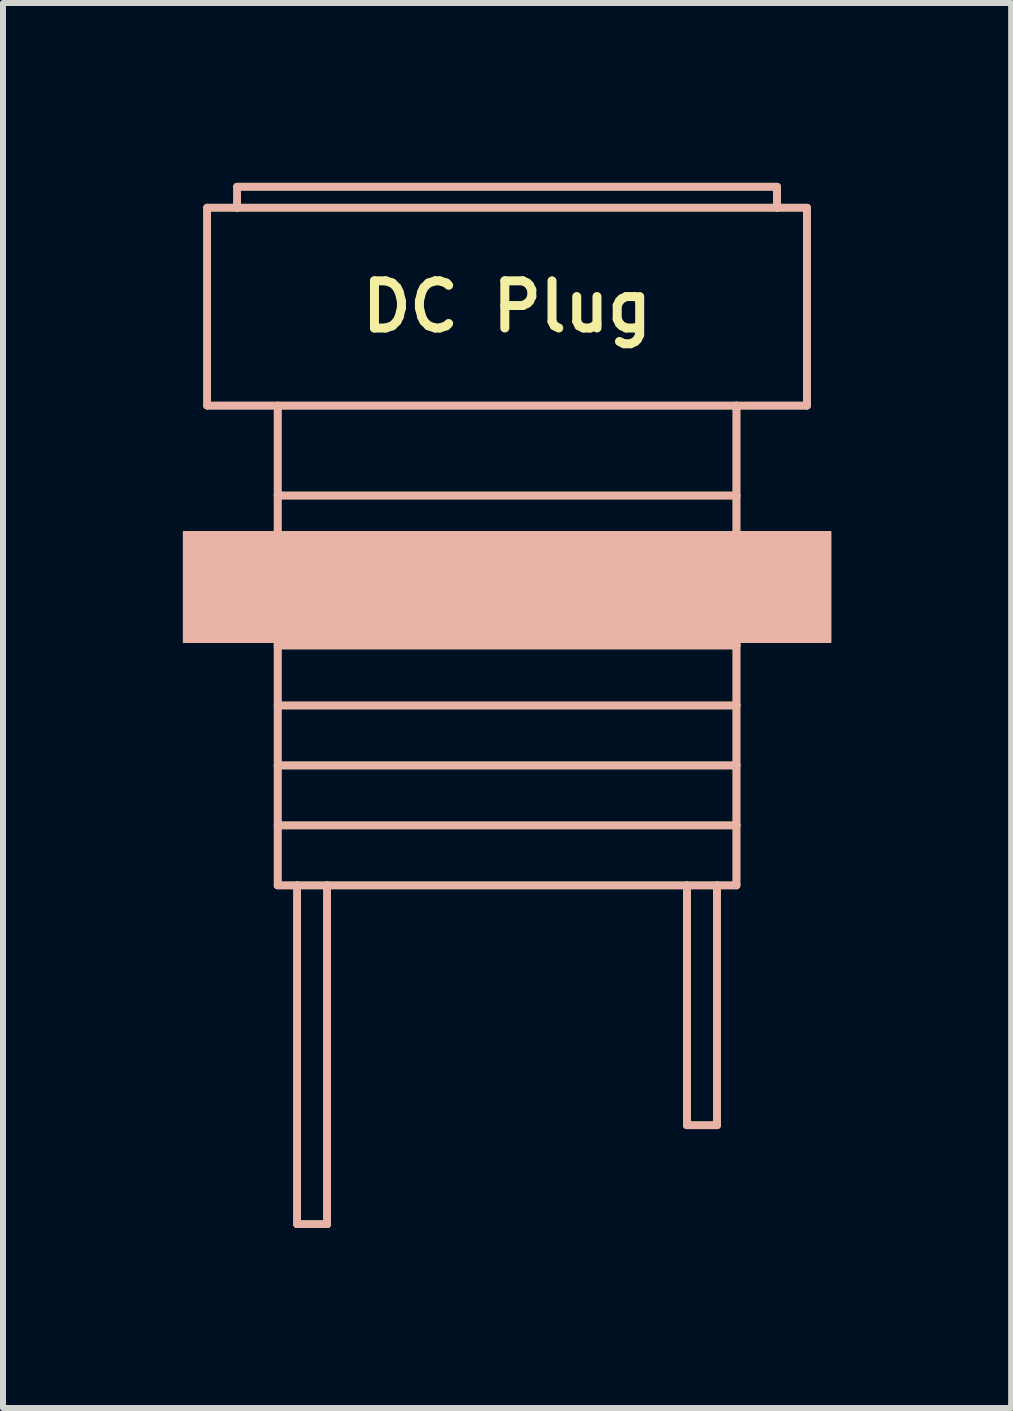
<source format=kicad_pcb>
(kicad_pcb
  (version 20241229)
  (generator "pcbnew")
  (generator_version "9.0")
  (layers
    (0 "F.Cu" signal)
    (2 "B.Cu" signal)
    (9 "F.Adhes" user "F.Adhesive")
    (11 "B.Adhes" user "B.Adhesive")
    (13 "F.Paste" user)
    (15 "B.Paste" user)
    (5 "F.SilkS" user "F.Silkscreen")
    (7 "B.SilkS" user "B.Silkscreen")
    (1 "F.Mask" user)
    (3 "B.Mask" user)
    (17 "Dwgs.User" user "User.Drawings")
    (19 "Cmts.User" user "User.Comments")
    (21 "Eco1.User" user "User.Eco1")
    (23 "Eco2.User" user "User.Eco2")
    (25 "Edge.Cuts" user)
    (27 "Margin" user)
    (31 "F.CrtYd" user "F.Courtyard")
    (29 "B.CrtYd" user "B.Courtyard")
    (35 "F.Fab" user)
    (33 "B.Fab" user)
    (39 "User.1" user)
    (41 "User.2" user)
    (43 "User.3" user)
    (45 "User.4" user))
  (footprint "DC Plug"
    (layer "F.Cu")
    (at 5.405 2.063)
    (property "Reference" "DC Plug" (at 0 0 0) (layer "F.SilkS") (effects (font (size 0.787 0.787) (thickness 0.15))))
    (attr smd)
    (fp_line (start -5 -1.65) (end -4.5 -1.65) (stroke (width 0.127) (type solid)) (layer "F.SilkS"))
    (fp_line (start -5 1.65) (end -5 -1.65) (stroke (width 0.127) (type solid)) (layer "F.SilkS"))
    (fp_line (start -5 1.65) (end -3.825 1.65) (stroke (width 0.127) (type solid)) (layer "F.SilkS"))
    (fp_line (start -4.5 -2) (end -4.5 -1.65) (stroke (width 0.127) (type solid)) (layer "F.SilkS"))
    (fp_line (start -4.5 -1.65) (end 4.5 -1.65) (stroke (width 0.127) (type solid)) (layer "F.SilkS"))
    (fp_line (start -3.825 1.65) (end 3.825 1.65) (stroke (width 0.127) (type solid)) (layer "F.SilkS"))
    (fp_line (start -3.825 3.15) (end -3.825 1.65) (stroke (width 0.127) (type solid)) (layer "F.SilkS"))
    (fp_line (start -3.825 3.15) (end 3.825 3.15) (stroke (width 0.127) (type solid)) (layer "F.SilkS"))
    (fp_line (start -3.825 4.65) (end -3.825 3.15) (stroke (width 0.127) (type solid)) (layer "F.SilkS"))
    (fp_line (start -3.825 4.65) (end 3.825 4.65) (stroke (width 0.127) (type solid)) (layer "F.SilkS"))
    (fp_line (start -3.825 5.65) (end -3.825 4.65) (stroke (width 0.127) (type solid)) (layer "F.SilkS"))
    (fp_line (start -3.825 5.65) (end 3.825 5.65) (stroke (width 0.127) (type solid)) (layer "F.SilkS"))
    (fp_line (start -3.825 6.65) (end -3.825 5.65) (stroke (width 0.127) (type solid)) (layer "F.SilkS"))
    (fp_line (start -3.825 6.65) (end 3.825 6.65) (stroke (width 0.127) (type solid)) (layer "F.SilkS"))
    (fp_line (start -3.825 7.65) (end -3.825 6.65) (stroke (width 0.127) (type solid)) (layer "F.SilkS"))
    (fp_line (start -3.825 7.65) (end 3.825 7.65) (stroke (width 0.127) (type solid)) (layer "F.SilkS"))
    (fp_line (start -3.825 8.65) (end -3.825 7.65) (stroke (width 0.127) (type solid)) (layer "F.SilkS"))
    (fp_line (start -3.825 8.65) (end 3.825 8.65) (stroke (width 0.127) (type solid)) (layer "F.SilkS"))
    (fp_line (start -3.825 9.65) (end -3.825 8.65) (stroke (width 0.127) (type solid)) (layer "F.SilkS"))
    (fp_line (start -3.5 9.65) (end -3.825 9.65) (stroke (width 0.127) (type solid)) (layer "F.SilkS"))
    (fp_line (start -3.5 9.65) (end -3.5 15.3) (stroke (width 0.127) (type solid)) (layer "F.SilkS"))
    (fp_line (start -3 9.65) (end -3.5 9.65) (stroke (width 0.127) (type solid)) (layer "F.SilkS"))
    (fp_line (start -3 9.65) (end -3 15.3) (stroke (width 0.127) (type solid)) (layer "F.SilkS"))
    (fp_line (start -3 15.3) (end -3.5 15.3) (stroke (width 0.127) (type solid)) (layer "F.SilkS"))
    (fp_line (start 3 9.65) (end -3 9.65) (stroke (width 0.127) (type solid)) (layer "F.SilkS"))
    (fp_line (start 3 9.65) (end 3 13.65) (stroke (width 0.127) (type solid)) (layer "F.SilkS"))
    (fp_line (start 3.5 9.65) (end 3 9.65) (stroke (width 0.127) (type solid)) (layer "F.SilkS"))
    (fp_line (start 3.5 9.65) (end 3.5 13.65) (stroke (width 0.127) (type solid)) (layer "F.SilkS"))
    (fp_line (start 3.5 13.65) (end 3 13.65) (stroke (width 0.127) (type solid)) (layer "F.SilkS"))
    (fp_line (start 3.825 3.15) (end 3.825 1.65) (stroke (width 0.127) (type solid)) (layer "F.SilkS"))
    (fp_line (start 3.825 4.65) (end 3.825 3.15) (stroke (width 0.127) (type solid)) (layer "F.SilkS"))
    (fp_line (start 3.825 5.65) (end 3.825 4.65) (stroke (width 0.127) (type solid)) (layer "F.SilkS"))
    (fp_line (start 3.825 6.65) (end 3.825 5.65) (stroke (width 0.127) (type solid)) (layer "F.SilkS"))
    (fp_line (start 3.825 7.65) (end 3.825 6.65) (stroke (width 0.127) (type solid)) (layer "F.SilkS"))
    (fp_line (start 3.825 8.65) (end 3.825 7.65) (stroke (width 0.127) (type solid)) (layer "F.SilkS"))
    (fp_line (start 3.825 9.65) (end 3.5 9.65) (stroke (width 0.127) (type solid)) (layer "F.SilkS"))
    (fp_line (start 3.825 9.65) (end 3.825 8.65) (stroke (width 0.127) (type solid)) (layer "F.SilkS"))
    (fp_line (start 4.5 -2) (end -4.5 -2) (stroke (width 0.127) (type solid)) (layer "F.SilkS"))
    (fp_line (start 4.5 -2) (end 4.5 -1.65) (stroke (width 0.127) (type solid)) (layer "F.SilkS"))
    (fp_line (start 5 -1.65) (end 4.5 -1.65) (stroke (width 0.127) (type solid)) (layer "F.SilkS"))
    (fp_line (start 5 -1.65) (end 5 1.65) (stroke (width 0.127) (type solid)) (layer "F.SilkS"))
    (fp_line (start 5 1.65) (end 3.825 1.65) (stroke (width 0.127) (type solid)) (layer "F.SilkS"))
    (fp_poly (pts (xy -5.4 3.75) (xy 5.4 3.75) (xy 5.4 5.6) (xy -5.4 5.6)) (stroke (width 0.01) (type solid)) (fill yes) (layer "F.SilkS"))
    (fp_line (start -5 -1.65) (end -4.5 -1.65) (stroke (width 0.127) (type solid)) (layer "B.SilkS"))
    (fp_line (start -5 1.65) (end -5 -1.65) (stroke (width 0.127) (type solid)) (layer "B.SilkS"))
    (fp_line (start -5 1.65) (end -3.825 1.65) (stroke (width 0.127) (type solid)) (layer "B.SilkS"))
    (fp_line (start -4.5 -2) (end -4.5 -1.65) (stroke (width 0.127) (type solid)) (layer "B.SilkS"))
    (fp_line (start -4.5 -1.65) (end 4.5 -1.65) (stroke (width 0.127) (type solid)) (layer "B.SilkS"))
    (fp_line (start -3.825 1.65) (end 3.825 1.65) (stroke (width 0.127) (type solid)) (layer "B.SilkS"))
    (fp_line (start -3.825 3.15) (end -3.825 1.65) (stroke (width 0.127) (type solid)) (layer "B.SilkS"))
    (fp_line (start -3.825 3.15) (end 3.825 3.15) (stroke (width 0.127) (type solid)) (layer "B.SilkS"))
    (fp_line (start -3.825 4.65) (end -3.825 3.15) (stroke (width 0.127) (type solid)) (layer "B.SilkS"))
    (fp_line (start -3.825 4.65) (end 3.825 4.65) (stroke (width 0.127) (type solid)) (layer "B.SilkS"))
    (fp_line (start -3.825 5.65) (end -3.825 4.65) (stroke (width 0.127) (type solid)) (layer "B.SilkS"))
    (fp_line (start -3.825 5.65) (end 3.825 5.65) (stroke (width 0.127) (type solid)) (layer "B.SilkS"))
    (fp_line (start -3.825 6.65) (end -3.825 5.65) (stroke (width 0.127) (type solid)) (layer "B.SilkS"))
    (fp_line (start -3.825 6.65) (end 3.825 6.65) (stroke (width 0.127) (type solid)) (layer "B.SilkS"))
    (fp_line (start -3.825 7.65) (end -3.825 6.65) (stroke (width 0.127) (type solid)) (layer "B.SilkS"))
    (fp_line (start -3.825 7.65) (end 3.825 7.65) (stroke (width 0.127) (type solid)) (layer "B.SilkS"))
    (fp_line (start -3.825 8.65) (end -3.825 7.65) (stroke (width 0.127) (type solid)) (layer "B.SilkS"))
    (fp_line (start -3.825 8.65) (end 3.825 8.65) (stroke (width 0.127) (type solid)) (layer "B.SilkS"))
    (fp_line (start -3.825 9.65) (end -3.825 8.65) (stroke (width 0.127) (type solid)) (layer "B.SilkS"))
    (fp_line (start -3.5 9.65) (end -3.825 9.65) (stroke (width 0.127) (type solid)) (layer "B.SilkS"))
    (fp_line (start -3.5 9.65) (end -3.5 15.3) (stroke (width 0.127) (type solid)) (layer "B.SilkS"))
    (fp_line (start -3 9.65) (end -3.5 9.65) (stroke (width 0.127) (type solid)) (layer "B.SilkS"))
    (fp_line (start -3 9.65) (end -3 15.3) (stroke (width 0.127) (type solid)) (layer "B.SilkS"))
    (fp_line (start -3 15.3) (end -3.5 15.3) (stroke (width 0.127) (type solid)) (layer "B.SilkS"))
    (fp_line (start 3 9.65) (end -3 9.65) (stroke (width 0.127) (type solid)) (layer "B.SilkS"))
    (fp_line (start 3 9.65) (end 3 13.65) (stroke (width 0.127) (type solid)) (layer "B.SilkS"))
    (fp_line (start 3.5 9.65) (end 3 9.65) (stroke (width 0.127) (type solid)) (layer "B.SilkS"))
    (fp_line (start 3.5 9.65) (end 3.5 13.65) (stroke (width 0.127) (type solid)) (layer "B.SilkS"))
    (fp_line (start 3.5 13.65) (end 3 13.65) (stroke (width 0.127) (type solid)) (layer "B.SilkS"))
    (fp_line (start 3.825 3.15) (end 3.825 1.65) (stroke (width 0.127) (type solid)) (layer "B.SilkS"))
    (fp_line (start 3.825 4.65) (end 3.825 3.15) (stroke (width 0.127) (type solid)) (layer "B.SilkS"))
    (fp_line (start 3.825 5.65) (end 3.825 4.65) (stroke (width 0.127) (type solid)) (layer "B.SilkS"))
    (fp_line (start 3.825 6.65) (end 3.825 5.65) (stroke (width 0.127) (type solid)) (layer "B.SilkS"))
    (fp_line (start 3.825 7.65) (end 3.825 6.65) (stroke (width 0.127) (type solid)) (layer "B.SilkS"))
    (fp_line (start 3.825 8.65) (end 3.825 7.65) (stroke (width 0.127) (type solid)) (layer "B.SilkS"))
    (fp_line (start 3.825 9.65) (end 3.5 9.65) (stroke (width 0.127) (type solid)) (layer "B.SilkS"))
    (fp_line (start 3.825 9.65) (end 3.825 8.65) (stroke (width 0.127) (type solid)) (layer "B.SilkS"))
    (fp_line (start 4.5 -2) (end -4.5 -2) (stroke (width 0.127) (type solid)) (layer "B.SilkS"))
    (fp_line (start 4.5 -2) (end 4.5 -1.65) (stroke (width 0.127) (type solid)) (layer "B.SilkS"))
    (fp_line (start 5 -1.65) (end 4.5 -1.65) (stroke (width 0.127) (type solid)) (layer "B.SilkS"))
    (fp_line (start 5 -1.65) (end 5 1.65) (stroke (width 0.127) (type solid)) (layer "B.SilkS"))
    (fp_line (start 5 1.65) (end 3.825 1.65) (stroke (width 0.127) (type solid)) (layer "B.SilkS"))
    (fp_poly (pts (xy -5.4 3.75) (xy 5.4 3.75) (xy 5.4 5.6) (xy -5.4 5.6)) (stroke (width 0.01) (type solid)) (fill yes) (layer "B.SilkS")))
  (gr_rect
    (start -3 -3)
    (end 13.81 20.427)
    (stroke (width 0.1) (type default))
    (fill no)
    (layer "Edge.Cuts")))
</source>
